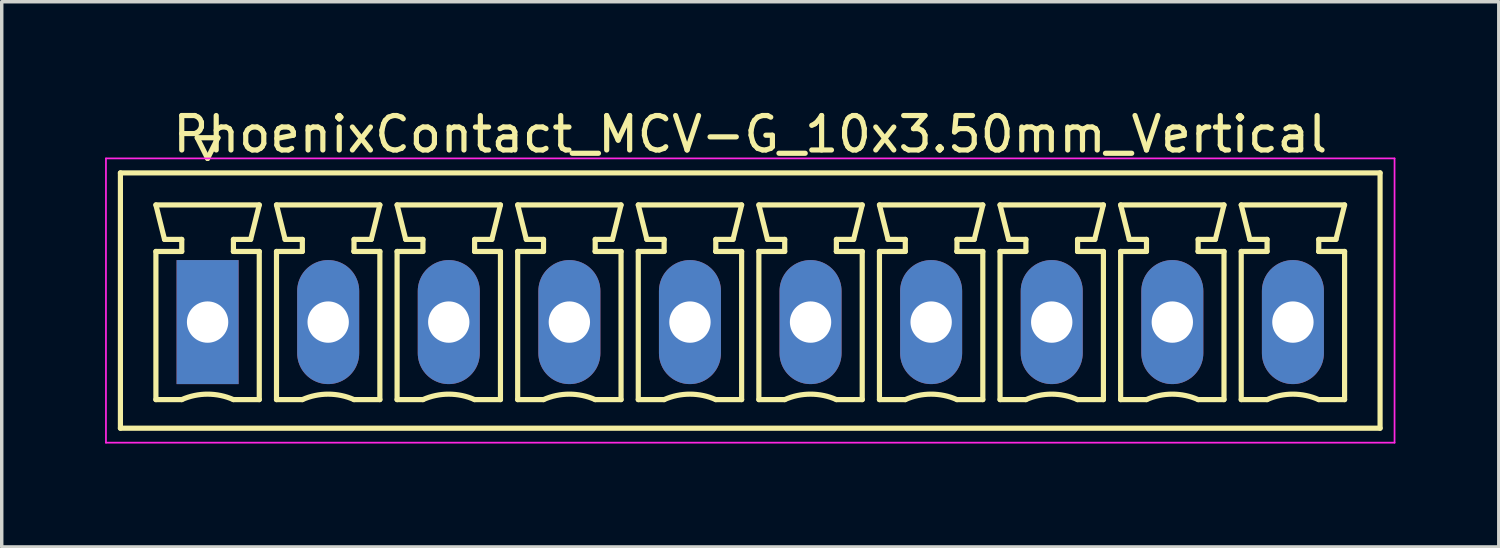
<source format=kicad_pcb>
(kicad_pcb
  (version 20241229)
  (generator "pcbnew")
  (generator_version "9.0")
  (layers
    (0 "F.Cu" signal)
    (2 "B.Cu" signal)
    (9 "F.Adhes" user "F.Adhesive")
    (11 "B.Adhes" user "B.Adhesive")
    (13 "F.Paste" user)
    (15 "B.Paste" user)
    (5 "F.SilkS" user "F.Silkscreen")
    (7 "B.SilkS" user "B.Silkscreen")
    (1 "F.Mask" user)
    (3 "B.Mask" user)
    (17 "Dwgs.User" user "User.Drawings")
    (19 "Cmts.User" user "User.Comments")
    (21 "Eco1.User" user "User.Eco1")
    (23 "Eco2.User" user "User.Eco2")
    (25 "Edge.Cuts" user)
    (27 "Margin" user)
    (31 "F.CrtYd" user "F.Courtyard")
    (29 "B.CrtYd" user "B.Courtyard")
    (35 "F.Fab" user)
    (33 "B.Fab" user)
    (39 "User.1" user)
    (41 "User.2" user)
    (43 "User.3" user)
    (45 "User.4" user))
  (footprint "PhoenixContact_MCV-G_10x3.50mm_Vertical"
    (layer "F.Cu")
    (at 2.975 6.298)
    (property "Reference" "PhoenixContact_MCV-G_10x3.50mm_Vertical" (at 15.75 -5.45 0) (layer "F.SilkS") (effects (font (size 1 1) (thickness 0.15))))
    (attr through_hole)
    (fp_line (start -2.53 -4.33) (end -2.53 3.08) (stroke (width 0.15) (type solid)) (layer "F.SilkS"))
    (fp_line (start -2.53 3.08) (end 34.03 3.08) (stroke (width 0.15) (type solid)) (layer "F.SilkS"))
    (fp_line (start -1.5 -3.4) (end 1.5 -3.4) (stroke (width 0.15) (type solid)) (layer "F.SilkS"))
    (fp_line (start -1.5 -2.05) (end -0.75 -2.05) (stroke (width 0.15) (type solid)) (layer "F.SilkS"))
    (fp_line (start -1.5 2.25) (end -1.5 -2.05) (stroke (width 0.15) (type solid)) (layer "F.SilkS"))
    (fp_line (start -1.25 -2.4) (end -1.5 -3.4) (stroke (width 0.15) (type solid)) (layer "F.SilkS"))
    (fp_line (start -0.75 -2.4) (end -1.25 -2.4) (stroke (width 0.15) (type solid)) (layer "F.SilkS"))
    (fp_line (start -0.75 -2.05) (end -0.75 -2.4) (stroke (width 0.15) (type solid)) (layer "F.SilkS"))
    (fp_line (start -0.75 2.25) (end -1.5 2.25) (stroke (width 0.15) (type solid)) (layer "F.SilkS"))
    (fp_line (start -0.3 -5.35) (end 0 -4.75) (stroke (width 0.15) (type solid)) (layer "F.SilkS"))
    (fp_line (start 0 -4.75) (end 0.3 -5.35) (stroke (width 0.15) (type solid)) (layer "F.SilkS"))
    (fp_line (start 0.3 -5.35) (end -0.3 -5.35) (stroke (width 0.15) (type solid)) (layer "F.SilkS"))
    (fp_line (start 0.75 -2.4) (end 0.75 -2.05) (stroke (width 0.15) (type solid)) (layer "F.SilkS"))
    (fp_line (start 0.75 -2.05) (end 0.75 -2.05) (stroke (width 0.15) (type solid)) (layer "F.SilkS"))
    (fp_line (start 0.75 -2.05) (end 1.5 -2.05) (stroke (width 0.15) (type solid)) (layer "F.SilkS"))
    (fp_line (start 1.25 -2.4) (end 0.75 -2.4) (stroke (width 0.15) (type solid)) (layer "F.SilkS"))
    (fp_line (start 1.5 -3.4) (end 1.25 -2.4) (stroke (width 0.15) (type solid)) (layer "F.SilkS"))
    (fp_line (start 1.5 -2.05) (end 1.5 2.25) (stroke (width 0.15) (type solid)) (layer "F.SilkS"))
    (fp_line (start 1.5 2.25) (end 0.75 2.25) (stroke (width 0.15) (type solid)) (layer "F.SilkS"))
    (fp_line (start 2 -3.4) (end 5 -3.4) (stroke (width 0.15) (type solid)) (layer "F.SilkS"))
    (fp_line (start 2 -2.05) (end 2.75 -2.05) (stroke (width 0.15) (type solid)) (layer "F.SilkS"))
    (fp_line (start 2 2.25) (end 2 -2.05) (stroke (width 0.15) (type solid)) (layer "F.SilkS"))
    (fp_line (start 2.25 -2.4) (end 2 -3.4) (stroke (width 0.15) (type solid)) (layer "F.SilkS"))
    (fp_line (start 2.75 -2.4) (end 2.25 -2.4) (stroke (width 0.15) (type solid)) (layer "F.SilkS"))
    (fp_line (start 2.75 -2.05) (end 2.75 -2.4) (stroke (width 0.15) (type solid)) (layer "F.SilkS"))
    (fp_line (start 2.75 2.25) (end 2 2.25) (stroke (width 0.15) (type solid)) (layer "F.SilkS"))
    (fp_line (start 4.25 -2.4) (end 4.25 -2.05) (stroke (width 0.15) (type solid)) (layer "F.SilkS"))
    (fp_line (start 4.25 -2.05) (end 4.25 -2.05) (stroke (width 0.15) (type solid)) (layer "F.SilkS"))
    (fp_line (start 4.25 -2.05) (end 5 -2.05) (stroke (width 0.15) (type solid)) (layer "F.SilkS"))
    (fp_line (start 4.75 -2.4) (end 4.25 -2.4) (stroke (width 0.15) (type solid)) (layer "F.SilkS"))
    (fp_line (start 5 -3.4) (end 4.75 -2.4) (stroke (width 0.15) (type solid)) (layer "F.SilkS"))
    (fp_line (start 5 -2.05) (end 5 2.25) (stroke (width 0.15) (type solid)) (layer "F.SilkS"))
    (fp_line (start 5 2.25) (end 4.25 2.25) (stroke (width 0.15) (type solid)) (layer "F.SilkS"))
    (fp_line (start 5.5 -3.4) (end 8.5 -3.4) (stroke (width 0.15) (type solid)) (layer "F.SilkS"))
    (fp_line (start 5.5 -2.05) (end 6.25 -2.05) (stroke (width 0.15) (type solid)) (layer "F.SilkS"))
    (fp_line (start 5.5 2.25) (end 5.5 -2.05) (stroke (width 0.15) (type solid)) (layer "F.SilkS"))
    (fp_line (start 5.75 -2.4) (end 5.5 -3.4) (stroke (width 0.15) (type solid)) (layer "F.SilkS"))
    (fp_line (start 6.25 -2.4) (end 5.75 -2.4) (stroke (width 0.15) (type solid)) (layer "F.SilkS"))
    (fp_line (start 6.25 -2.05) (end 6.25 -2.4) (stroke (width 0.15) (type solid)) (layer "F.SilkS"))
    (fp_line (start 6.25 2.25) (end 5.5 2.25) (stroke (width 0.15) (type solid)) (layer "F.SilkS"))
    (fp_line (start 7.75 -2.4) (end 7.75 -2.05) (stroke (width 0.15) (type solid)) (layer "F.SilkS"))
    (fp_line (start 7.75 -2.05) (end 7.75 -2.05) (stroke (width 0.15) (type solid)) (layer "F.SilkS"))
    (fp_line (start 7.75 -2.05) (end 8.5 -2.05) (stroke (width 0.15) (type solid)) (layer "F.SilkS"))
    (fp_line (start 8.25 -2.4) (end 7.75 -2.4) (stroke (width 0.15) (type solid)) (layer "F.SilkS"))
    (fp_line (start 8.5 -3.4) (end 8.25 -2.4) (stroke (width 0.15) (type solid)) (layer "F.SilkS"))
    (fp_line (start 8.5 -2.05) (end 8.5 2.25) (stroke (width 0.15) (type solid)) (layer "F.SilkS"))
    (fp_line (start 8.5 2.25) (end 7.75 2.25) (stroke (width 0.15) (type solid)) (layer "F.SilkS"))
    (fp_line (start 9 -3.4) (end 12 -3.4) (stroke (width 0.15) (type solid)) (layer "F.SilkS"))
    (fp_line (start 9 -2.05) (end 9.75 -2.05) (stroke (width 0.15) (type solid)) (layer "F.SilkS"))
    (fp_line (start 9 2.25) (end 9 -2.05) (stroke (width 0.15) (type solid)) (layer "F.SilkS"))
    (fp_line (start 9.25 -2.4) (end 9 -3.4) (stroke (width 0.15) (type solid)) (layer "F.SilkS"))
    (fp_line (start 9.75 -2.4) (end 9.25 -2.4) (stroke (width 0.15) (type solid)) (layer "F.SilkS"))
    (fp_line (start 9.75 -2.05) (end 9.75 -2.4) (stroke (width 0.15) (type solid)) (layer "F.SilkS"))
    (fp_line (start 9.75 2.25) (end 9 2.25) (stroke (width 0.15) (type solid)) (layer "F.SilkS"))
    (fp_line (start 11.25 -2.4) (end 11.25 -2.05) (stroke (width 0.15) (type solid)) (layer "F.SilkS"))
    (fp_line (start 11.25 -2.05) (end 11.25 -2.05) (stroke (width 0.15) (type solid)) (layer "F.SilkS"))
    (fp_line (start 11.25 -2.05) (end 12 -2.05) (stroke (width 0.15) (type solid)) (layer "F.SilkS"))
    (fp_line (start 11.75 -2.4) (end 11.25 -2.4) (stroke (width 0.15) (type solid)) (layer "F.SilkS"))
    (fp_line (start 12 -3.4) (end 11.75 -2.4) (stroke (width 0.15) (type solid)) (layer "F.SilkS"))
    (fp_line (start 12 -2.05) (end 12 2.25) (stroke (width 0.15) (type solid)) (layer "F.SilkS"))
    (fp_line (start 12 2.25) (end 11.25 2.25) (stroke (width 0.15) (type solid)) (layer "F.SilkS"))
    (fp_line (start 12.5 -3.4) (end 15.5 -3.4) (stroke (width 0.15) (type solid)) (layer "F.SilkS"))
    (fp_line (start 12.5 -2.05) (end 13.25 -2.05) (stroke (width 0.15) (type solid)) (layer "F.SilkS"))
    (fp_line (start 12.5 2.25) (end 12.5 -2.05) (stroke (width 0.15) (type solid)) (layer "F.SilkS"))
    (fp_line (start 12.75 -2.4) (end 12.5 -3.4) (stroke (width 0.15) (type solid)) (layer "F.SilkS"))
    (fp_line (start 13.25 -2.4) (end 12.75 -2.4) (stroke (width 0.15) (type solid)) (layer "F.SilkS"))
    (fp_line (start 13.25 -2.05) (end 13.25 -2.4) (stroke (width 0.15) (type solid)) (layer "F.SilkS"))
    (fp_line (start 13.25 2.25) (end 12.5 2.25) (stroke (width 0.15) (type solid)) (layer "F.SilkS"))
    (fp_line (start 14.75 -2.4) (end 14.75 -2.05) (stroke (width 0.15) (type solid)) (layer "F.SilkS"))
    (fp_line (start 14.75 -2.05) (end 14.75 -2.05) (stroke (width 0.15) (type solid)) (layer "F.SilkS"))
    (fp_line (start 14.75 -2.05) (end 15.5 -2.05) (stroke (width 0.15) (type solid)) (layer "F.SilkS"))
    (fp_line (start 15.25 -2.4) (end 14.75 -2.4) (stroke (width 0.15) (type solid)) (layer "F.SilkS"))
    (fp_line (start 15.5 -3.4) (end 15.25 -2.4) (stroke (width 0.15) (type solid)) (layer "F.SilkS"))
    (fp_line (start 15.5 -2.05) (end 15.5 2.25) (stroke (width 0.15) (type solid)) (layer "F.SilkS"))
    (fp_line (start 15.5 2.25) (end 14.75 2.25) (stroke (width 0.15) (type solid)) (layer "F.SilkS"))
    (fp_line (start 16 -3.4) (end 19 -3.4) (stroke (width 0.15) (type solid)) (layer "F.SilkS"))
    (fp_line (start 16 -2.05) (end 16.75 -2.05) (stroke (width 0.15) (type solid)) (layer "F.SilkS"))
    (fp_line (start 16 2.25) (end 16 -2.05) (stroke (width 0.15) (type solid)) (layer "F.SilkS"))
    (fp_line (start 16.25 -2.4) (end 16 -3.4) (stroke (width 0.15) (type solid)) (layer "F.SilkS"))
    (fp_line (start 16.75 -2.4) (end 16.25 -2.4) (stroke (width 0.15) (type solid)) (layer "F.SilkS"))
    (fp_line (start 16.75 -2.05) (end 16.75 -2.4) (stroke (width 0.15) (type solid)) (layer "F.SilkS"))
    (fp_line (start 16.75 2.25) (end 16 2.25) (stroke (width 0.15) (type solid)) (layer "F.SilkS"))
    (fp_line (start 18.25 -2.4) (end 18.25 -2.05) (stroke (width 0.15) (type solid)) (layer "F.SilkS"))
    (fp_line (start 18.25 -2.05) (end 18.25 -2.05) (stroke (width 0.15) (type solid)) (layer "F.SilkS"))
    (fp_line (start 18.25 -2.05) (end 19 -2.05) (stroke (width 0.15) (type solid)) (layer "F.SilkS"))
    (fp_line (start 18.75 -2.4) (end 18.25 -2.4) (stroke (width 0.15) (type solid)) (layer "F.SilkS"))
    (fp_line (start 19 -3.4) (end 18.75 -2.4) (stroke (width 0.15) (type solid)) (layer "F.SilkS"))
    (fp_line (start 19 -2.05) (end 19 2.25) (stroke (width 0.15) (type solid)) (layer "F.SilkS"))
    (fp_line (start 19 2.25) (end 18.25 2.25) (stroke (width 0.15) (type solid)) (layer "F.SilkS"))
    (fp_line (start 19.5 -3.4) (end 22.5 -3.4) (stroke (width 0.15) (type solid)) (layer "F.SilkS"))
    (fp_line (start 19.5 -2.05) (end 20.25 -2.05) (stroke (width 0.15) (type solid)) (layer "F.SilkS"))
    (fp_line (start 19.5 2.25) (end 19.5 -2.05) (stroke (width 0.15) (type solid)) (layer "F.SilkS"))
    (fp_line (start 19.75 -2.4) (end 19.5 -3.4) (stroke (width 0.15) (type solid)) (layer "F.SilkS"))
    (fp_line (start 20.25 -2.4) (end 19.75 -2.4) (stroke (width 0.15) (type solid)) (layer "F.SilkS"))
    (fp_line (start 20.25 -2.05) (end 20.25 -2.4) (stroke (width 0.15) (type solid)) (layer "F.SilkS"))
    (fp_line (start 20.25 2.25) (end 19.5 2.25) (stroke (width 0.15) (type solid)) (layer "F.SilkS"))
    (fp_line (start 21.75 -2.4) (end 21.75 -2.05) (stroke (width 0.15) (type solid)) (layer "F.SilkS"))
    (fp_line (start 21.75 -2.05) (end 21.75 -2.05) (stroke (width 0.15) (type solid)) (layer "F.SilkS"))
    (fp_line (start 21.75 -2.05) (end 22.5 -2.05) (stroke (width 0.15) (type solid)) (layer "F.SilkS"))
    (fp_line (start 22.25 -2.4) (end 21.75 -2.4) (stroke (width 0.15) (type solid)) (layer "F.SilkS"))
    (fp_line (start 22.5 -3.4) (end 22.25 -2.4) (stroke (width 0.15) (type solid)) (layer "F.SilkS"))
    (fp_line (start 22.5 -2.05) (end 22.5 2.25) (stroke (width 0.15) (type solid)) (layer "F.SilkS"))
    (fp_line (start 22.5 2.25) (end 21.75 2.25) (stroke (width 0.15) (type solid)) (layer "F.SilkS"))
    (fp_line (start 23 -3.4) (end 26 -3.4) (stroke (width 0.15) (type solid)) (layer "F.SilkS"))
    (fp_line (start 23 -2.05) (end 23.75 -2.05) (stroke (width 0.15) (type solid)) (layer "F.SilkS"))
    (fp_line (start 23 2.25) (end 23 -2.05) (stroke (width 0.15) (type solid)) (layer "F.SilkS"))
    (fp_line (start 23.25 -2.4) (end 23 -3.4) (stroke (width 0.15) (type solid)) (layer "F.SilkS"))
    (fp_line (start 23.75 -2.4) (end 23.25 -2.4) (stroke (width 0.15) (type solid)) (layer "F.SilkS"))
    (fp_line (start 23.75 -2.05) (end 23.75 -2.4) (stroke (width 0.15) (type solid)) (layer "F.SilkS"))
    (fp_line (start 23.75 2.25) (end 23 2.25) (stroke (width 0.15) (type solid)) (layer "F.SilkS"))
    (fp_line (start 25.25 -2.4) (end 25.25 -2.05) (stroke (width 0.15) (type solid)) (layer "F.SilkS"))
    (fp_line (start 25.25 -2.05) (end 25.25 -2.05) (stroke (width 0.15) (type solid)) (layer "F.SilkS"))
    (fp_line (start 25.25 -2.05) (end 26 -2.05) (stroke (width 0.15) (type solid)) (layer "F.SilkS"))
    (fp_line (start 25.75 -2.4) (end 25.25 -2.4) (stroke (width 0.15) (type solid)) (layer "F.SilkS"))
    (fp_line (start 26 -3.4) (end 25.75 -2.4) (stroke (width 0.15) (type solid)) (layer "F.SilkS"))
    (fp_line (start 26 -2.05) (end 26 2.25) (stroke (width 0.15) (type solid)) (layer "F.SilkS"))
    (fp_line (start 26 2.25) (end 25.25 2.25) (stroke (width 0.15) (type solid)) (layer "F.SilkS"))
    (fp_line (start 26.5 -3.4) (end 29.5 -3.4) (stroke (width 0.15) (type solid)) (layer "F.SilkS"))
    (fp_line (start 26.5 -2.05) (end 27.25 -2.05) (stroke (width 0.15) (type solid)) (layer "F.SilkS"))
    (fp_line (start 26.5 2.25) (end 26.5 -2.05) (stroke (width 0.15) (type solid)) (layer "F.SilkS"))
    (fp_line (start 26.75 -2.4) (end 26.5 -3.4) (stroke (width 0.15) (type solid)) (layer "F.SilkS"))
    (fp_line (start 27.25 -2.4) (end 26.75 -2.4) (stroke (width 0.15) (type solid)) (layer "F.SilkS"))
    (fp_line (start 27.25 -2.05) (end 27.25 -2.4) (stroke (width 0.15) (type solid)) (layer "F.SilkS"))
    (fp_line (start 27.25 2.25) (end 26.5 2.25) (stroke (width 0.15) (type solid)) (layer "F.SilkS"))
    (fp_line (start 28.75 -2.4) (end 28.75 -2.05) (stroke (width 0.15) (type solid)) (layer "F.SilkS"))
    (fp_line (start 28.75 -2.05) (end 28.75 -2.05) (stroke (width 0.15) (type solid)) (layer "F.SilkS"))
    (fp_line (start 28.75 -2.05) (end 29.5 -2.05) (stroke (width 0.15) (type solid)) (layer "F.SilkS"))
    (fp_line (start 29.25 -2.4) (end 28.75 -2.4) (stroke (width 0.15) (type solid)) (layer "F.SilkS"))
    (fp_line (start 29.5 -3.4) (end 29.25 -2.4) (stroke (width 0.15) (type solid)) (layer "F.SilkS"))
    (fp_line (start 29.5 -2.05) (end 29.5 2.25) (stroke (width 0.15) (type solid)) (layer "F.SilkS"))
    (fp_line (start 29.5 2.25) (end 28.75 2.25) (stroke (width 0.15) (type solid)) (layer "F.SilkS"))
    (fp_line (start 30 -3.4) (end 33 -3.4) (stroke (width 0.15) (type solid)) (layer "F.SilkS"))
    (fp_line (start 30 -2.05) (end 30.75 -2.05) (stroke (width 0.15) (type solid)) (layer "F.SilkS"))
    (fp_line (start 30 2.25) (end 30 -2.05) (stroke (width 0.15) (type solid)) (layer "F.SilkS"))
    (fp_line (start 30.25 -2.4) (end 30 -3.4) (stroke (width 0.15) (type solid)) (layer "F.SilkS"))
    (fp_line (start 30.75 -2.4) (end 30.25 -2.4) (stroke (width 0.15) (type solid)) (layer "F.SilkS"))
    (fp_line (start 30.75 -2.05) (end 30.75 -2.4) (stroke (width 0.15) (type solid)) (layer "F.SilkS"))
    (fp_line (start 30.75 2.25) (end 30 2.25) (stroke (width 0.15) (type solid)) (layer "F.SilkS"))
    (fp_line (start 32.25 -2.4) (end 32.25 -2.05) (stroke (width 0.15) (type solid)) (layer "F.SilkS"))
    (fp_line (start 32.25 -2.05) (end 32.25 -2.05) (stroke (width 0.15) (type solid)) (layer "F.SilkS"))
    (fp_line (start 32.25 -2.05) (end 33 -2.05) (stroke (width 0.15) (type solid)) (layer "F.SilkS"))
    (fp_line (start 32.75 -2.4) (end 32.25 -2.4) (stroke (width 0.15) (type solid)) (layer "F.SilkS"))
    (fp_line (start 33 -3.4) (end 32.75 -2.4) (stroke (width 0.15) (type solid)) (layer "F.SilkS"))
    (fp_line (start 33 -2.05) (end 33 2.25) (stroke (width 0.15) (type solid)) (layer "F.SilkS"))
    (fp_line (start 33 2.25) (end 32.25 2.25) (stroke (width 0.15) (type solid)) (layer "F.SilkS"))
    (fp_line (start 34.03 -4.33) (end -2.53 -4.33) (stroke (width 0.15) (type solid)) (layer "F.SilkS"))
    (fp_line (start 34.03 3.08) (end 34.03 -4.33) (stroke (width 0.15) (type solid)) (layer "F.SilkS"))
    (fp_arc (start -0.75 2.25) (mid -0.000193 2.09191) (end 0.749647 2.249844) (stroke (width 0.15) (type solid)) (layer "F.SilkS"))
    (fp_arc (start 2.75 2.25) (mid 3.499807 2.09191) (end 4.249647 2.249844) (stroke (width 0.15) (type solid)) (layer "F.SilkS"))
    (fp_arc (start 6.25 2.25) (mid 6.999807 2.09191) (end 7.749647 2.249844) (stroke (width 0.15) (type solid)) (layer "F.SilkS"))
    (fp_arc (start 9.75 2.25) (mid 10.499807 2.09191) (end 11.249647 2.249844) (stroke (width 0.15) (type solid)) (layer "F.SilkS"))
    (fp_arc (start 13.25 2.25) (mid 13.999807 2.09191) (end 14.749647 2.249844) (stroke (width 0.15) (type solid)) (layer "F.SilkS"))
    (fp_arc (start 16.75 2.25) (mid 17.499807 2.09191) (end 18.249647 2.249844) (stroke (width 0.15) (type solid)) (layer "F.SilkS"))
    (fp_arc (start 20.25 2.25) (mid 20.999807 2.09191) (end 21.749647 2.249844) (stroke (width 0.15) (type solid)) (layer "F.SilkS"))
    (fp_arc (start 23.75 2.25) (mid 24.499807 2.09191) (end 25.249647 2.249844) (stroke (width 0.15) (type solid)) (layer "F.SilkS"))
    (fp_arc (start 27.25 2.25) (mid 27.999807 2.09191) (end 28.749647 2.249844) (stroke (width 0.15) (type solid)) (layer "F.SilkS"))
    (fp_arc (start 30.75 2.25) (mid 31.499807 2.09191) (end 32.249647 2.249844) (stroke (width 0.15) (type solid)) (layer "F.SilkS"))
    (fp_line (start -2.95 -4.75) (end -2.95 3.5) (stroke (width 0.05) (type solid)) (layer "F.CrtYd"))
    (fp_line (start -2.95 3.5) (end 34.45 3.5) (stroke (width 0.05) (type solid)) (layer "F.CrtYd"))
    (fp_line (start 34.45 -4.75) (end -2.95 -4.75) (stroke (width 0.05) (type solid)) (layer "F.CrtYd"))
    (fp_line (start 34.45 3.5) (end 34.45 -4.75) (stroke (width 0.05) (type solid)) (layer "F.CrtYd"))
    (pad "1" thru_hole rect (at 0 0) (size 1.8 3.6) (drill 1.2) (layers "*.Cu" "*.Mask"))
    (pad "2" thru_hole oval (at 3.5 0) (size 1.8 3.6) (drill 1.2) (layers "*.Cu" "*.Mask"))
    (pad "3" thru_hole oval (at 7 0) (size 1.8 3.6) (drill 1.2) (layers "*.Cu" "*.Mask"))
    (pad "4" thru_hole oval (at 10.5 0) (size 1.8 3.6) (drill 1.2) (layers "*.Cu" "*.Mask"))
    (pad "5" thru_hole oval (at 14 0) (size 1.8 3.6) (drill 1.2) (layers "*.Cu" "*.Mask"))
    (pad "6" thru_hole oval (at 17.5 0) (size 1.8 3.6) (drill 1.2) (layers "*.Cu" "*.Mask"))
    (pad "7" thru_hole oval (at 21 0) (size 1.8 3.6) (drill 1.2) (layers "*.Cu" "*.Mask"))
    (pad "8" thru_hole oval (at 24.5 0) (size 1.8 3.6) (drill 1.2) (layers "*.Cu" "*.Mask"))
    (pad "9" thru_hole oval (at 28 0) (size 1.8 3.6) (drill 1.2) (layers "*.Cu" "*.Mask"))
    (pad "10" thru_hole oval (at 31.5 0) (size 1.8 3.6) (drill 1.2) (layers "*.Cu" "*.Mask")))
  (gr_rect
    (start -3 -3)
    (end 40.45 12.823)
    (stroke (width 0.1) (type default))
    (fill no)
    (layer "Edge.Cuts")))
</source>
